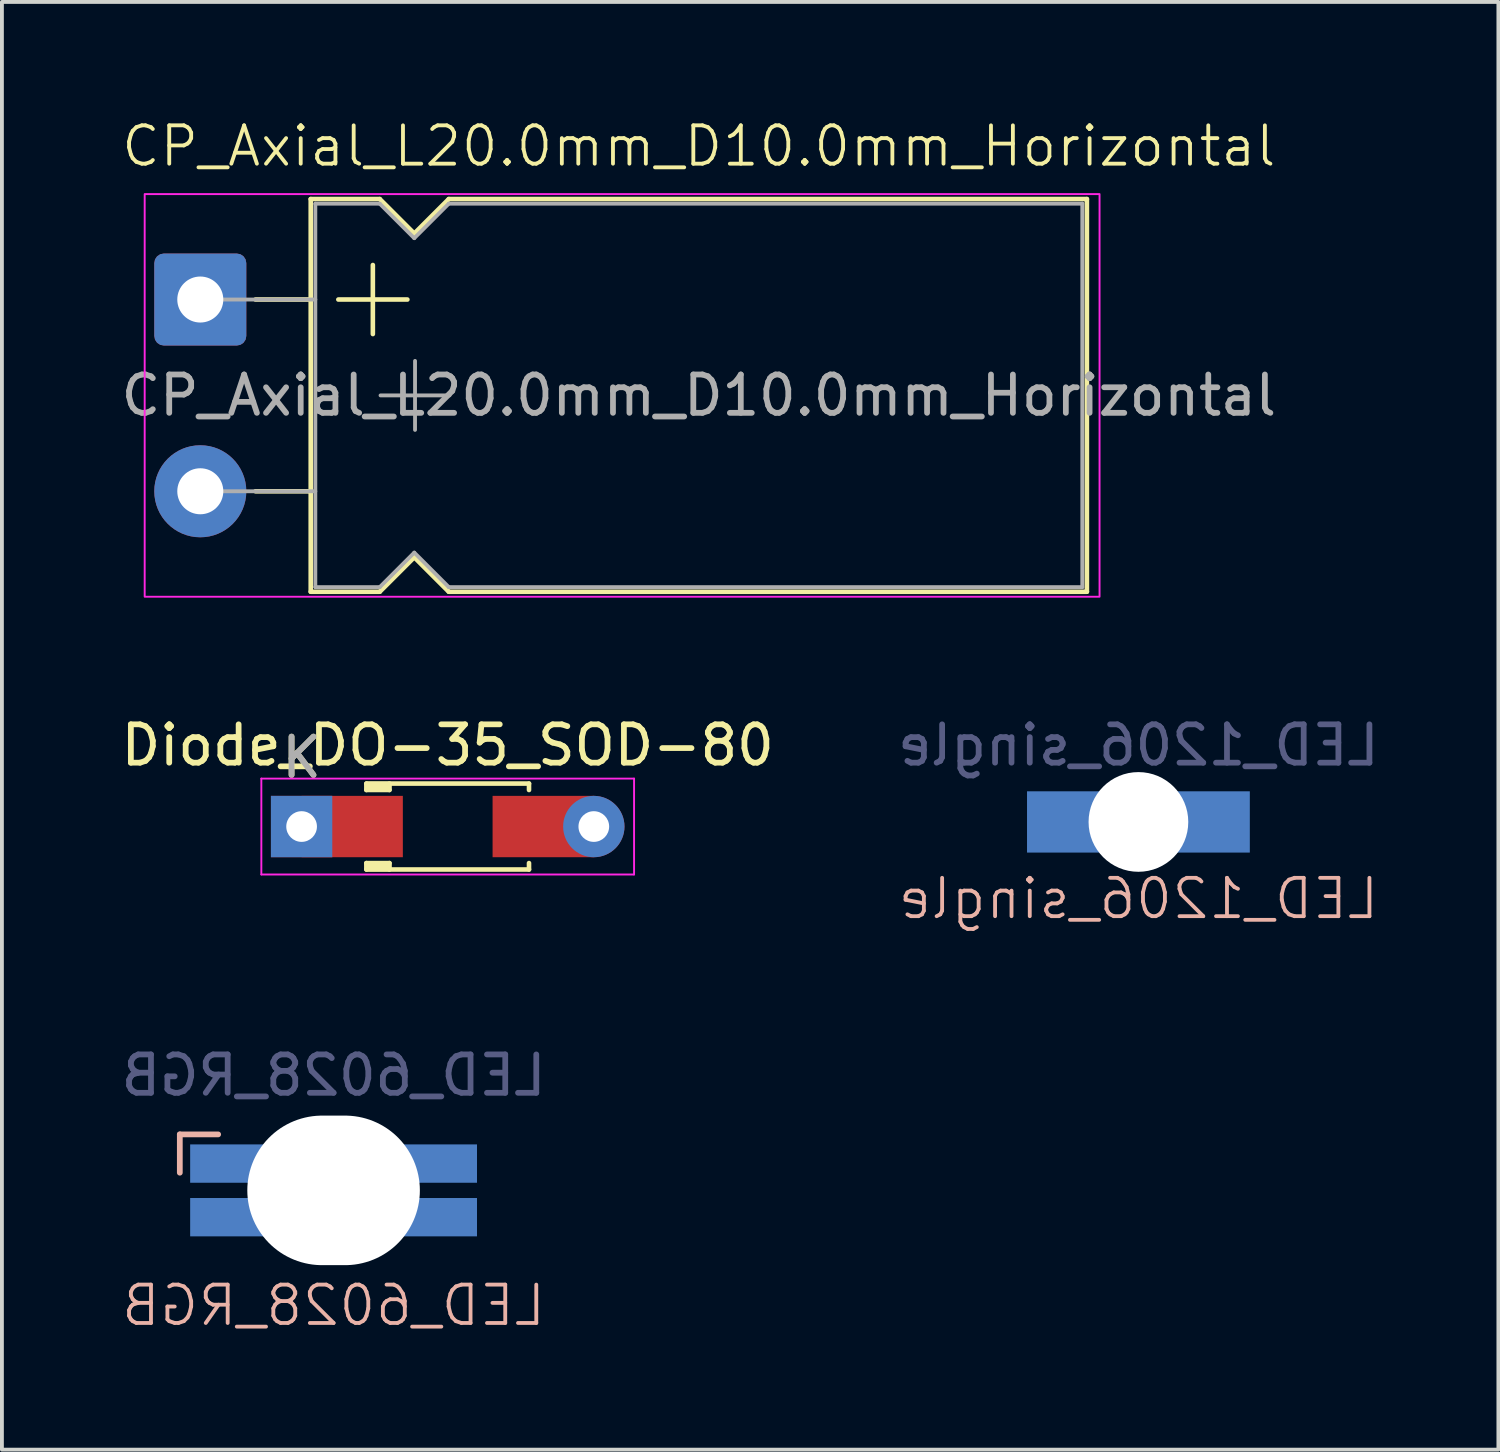
<source format=kicad_pcb>
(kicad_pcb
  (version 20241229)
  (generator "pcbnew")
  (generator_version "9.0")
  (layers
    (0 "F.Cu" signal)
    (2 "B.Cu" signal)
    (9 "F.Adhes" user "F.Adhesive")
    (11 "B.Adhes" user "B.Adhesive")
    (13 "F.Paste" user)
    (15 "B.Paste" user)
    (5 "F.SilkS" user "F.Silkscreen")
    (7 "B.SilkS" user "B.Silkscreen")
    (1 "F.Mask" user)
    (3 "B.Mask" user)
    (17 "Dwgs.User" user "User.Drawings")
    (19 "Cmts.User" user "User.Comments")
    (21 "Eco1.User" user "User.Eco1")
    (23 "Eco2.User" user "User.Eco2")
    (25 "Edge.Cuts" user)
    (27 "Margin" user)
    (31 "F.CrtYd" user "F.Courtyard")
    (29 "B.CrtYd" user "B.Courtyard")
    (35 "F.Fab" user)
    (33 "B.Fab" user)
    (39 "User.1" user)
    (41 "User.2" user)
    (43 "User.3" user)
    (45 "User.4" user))
  (footprint "CP_Axial_L20.0mm_D10.0mm_Horizontal"
    (layer "F.Cu")
    (at 2.173 7.261)
    (property "Reference" "CP_Axial_L20.0mm_D10.0mm_Horizontal" (at 13 -6.5 0) (unlocked yes) (layer "F.SilkS") (effects (font (size 1 1) (thickness 0.1))))
    (attr through_hole)
    (fp_line (start 1.44 -2.5) (end 2.88 -2.5) (stroke (width 0.12) (type solid)) (layer "F.SilkS"))
    (fp_line (start 1.44 2.5) (end 2.88 2.5) (stroke (width 0.12) (type solid)) (layer "F.SilkS"))
    (fp_line (start 2.88 -5.12) (end 2.88 5.12) (stroke (width 0.12) (type solid)) (layer "F.SilkS"))
    (fp_line (start 2.88 -5.12) (end 4.68 -5.12) (stroke (width 0.12) (type solid)) (layer "F.SilkS"))
    (fp_line (start 2.88 5.12) (end 4.68 5.12) (stroke (width 0.12) (type solid)) (layer "F.SilkS"))
    (fp_line (start 3.6 -2.5) (end 5.4 -2.5) (stroke (width 0.12) (type solid)) (layer "F.SilkS"))
    (fp_line (start 4.5 -3.4) (end 4.5 -1.6) (stroke (width 0.12) (type solid)) (layer "F.SilkS"))
    (fp_line (start 4.68 -5.12) (end 5.58 -4.22) (stroke (width 0.12) (type solid)) (layer "F.SilkS"))
    (fp_line (start 4.68 5.12) (end 5.58 4.22) (stroke (width 0.12) (type solid)) (layer "F.SilkS"))
    (fp_line (start 5.58 -4.22) (end 6.48 -5.12) (stroke (width 0.12) (type solid)) (layer "F.SilkS"))
    (fp_line (start 5.58 4.22) (end 6.48 5.12) (stroke (width 0.12) (type solid)) (layer "F.SilkS"))
    (fp_line (start 6.48 -5.12) (end 23.12 -5.12) (stroke (width 0.12) (type solid)) (layer "F.SilkS"))
    (fp_line (start 6.48 5.12) (end 23.12 5.12) (stroke (width 0.12) (type solid)) (layer "F.SilkS"))
    (fp_line (start 23.12 -5.12) (end 23.12 5.12) (stroke (width 0.12) (type solid)) (layer "F.SilkS"))
    (fp_rect (start -1.45 -5.25) (end 23.45 5.25) (stroke (width 0.05) (type solid)) (fill no) (layer "F.CrtYd"))
    (fp_line (start 0 -2.5) (end 3 -2.5) (stroke (width 0.1) (type solid)) (layer "F.Fab"))
    (fp_line (start 0 2.5) (end 3 2.5) (stroke (width 0.1) (type solid)) (layer "F.Fab"))
    (fp_line (start 3 -5) (end 3 5) (stroke (width 0.1) (type solid)) (layer "F.Fab"))
    (fp_line (start 3 -5) (end 4.68 -5) (stroke (width 0.1) (type solid)) (layer "F.Fab"))
    (fp_line (start 3 5) (end 4.68 5) (stroke (width 0.1) (type solid)) (layer "F.Fab"))
    (fp_line (start 4.68 -5) (end 5.58 -4.1) (stroke (width 0.1) (type solid)) (layer "F.Fab"))
    (fp_line (start 4.68 5) (end 5.58 4.1) (stroke (width 0.1) (type solid)) (layer "F.Fab"))
    (fp_line (start 4.7 0) (end 6.5 0) (stroke (width 0.1) (type solid)) (layer "F.Fab"))
    (fp_line (start 5.58 -4.1) (end 6.48 -5) (stroke (width 0.1) (type solid)) (layer "F.Fab"))
    (fp_line (start 5.58 4.1) (end 6.48 5) (stroke (width 0.1) (type solid)) (layer "F.Fab"))
    (fp_line (start 5.6 -0.9) (end 5.6 0.9) (stroke (width 0.1) (type solid)) (layer "F.Fab"))
    (fp_line (start 6.48 -5) (end 23 -5) (stroke (width 0.1) (type solid)) (layer "F.Fab"))
    (fp_line (start 6.48 5) (end 23 5) (stroke (width 0.1) (type solid)) (layer "F.Fab"))
    (fp_line (start 23 -5) (end 23 5) (stroke (width 0.1) (type solid)) (layer "F.Fab"))
    (fp_text user "${REFERENCE}" (at 13 0 0) (unlocked yes) (layer "F.Fab") (effects (font (size 1 1) (thickness 0.15))))
    (pad "1" thru_hole roundrect (at 0 -2.5) (size 2.4 2.4) (drill 1.2) (layers "*.Cu" "*.Mask") (roundrect_rratio 0.104))
    (pad "2" thru_hole circle (at 0 2.5) (size 2.4 2.4) (drill 1.2) (layers "*.Cu" "*.Mask")))
  (footprint "LED_6028_RGB"
    (layer "F.Cu")
    (at 5.649 27.992)
    (property "Reference" "LED_6028_RGB" (at 0 3 0) (unlocked yes) (layer "B.SilkS") (effects (font (size 1 1) (thickness 0.1)) (justify mirror)))
    (attr smd)
    (fp_line (start -4.01 -0.461) (end -4.01 -1.46) (stroke (width 0.15) (type solid)) (layer "B.SilkS"))
    (fp_line (start -3.01 -1.46) (end -4.01 -1.46) (stroke (width 0.15) (type solid)) (layer "B.SilkS"))
    (fp_text user "${REFERENCE}" (at 0 -3 0) (unlocked yes) (layer "B.Fab") (effects (font (size 1 1) (thickness 0.15)) (justify mirror)))
    (pad "" np_thru_hole oval (at 0 0 180) (size 4.5 3.9) (drill oval 4.5 3.9) (layers "*.Cu" "*.Mask"))
    (pad "A" smd rect (at -2.74 -0.699 270) (size 1 2) (layers "B.Cu" "B.Mask" "B.Paste"))
    (pad "B" smd rect (at -2.74 0.699 270) (size 1 2) (layers "B.Cu" "B.Mask" "B.Paste"))
    (pad "G" smd rect (at 2.74 0.699 270) (size 1 2) (layers "B.Cu" "B.Mask" "B.Paste"))
    (pad "R" smd rect (at 2.74 -0.699 270) (size 1 2) (layers "B.Cu" "B.Mask" "B.Paste")))
  (footprint "Diode_DO-35_SOD-80"
    (layer "F.Cu")
    (at 8.625 18.504)
    (property "Reference" "Diode_DO-35_SOD-80" (at 0 -2.12 0) (layer "F.SilkS") (effects (font (size 1 1) (thickness 0.15))))
    (attr through_hole)
    (fp_line (start -2.12 -1.12) (end -2.12 -0.953) (stroke (width 0.12) (type solid)) (layer "F.SilkS"))
    (fp_line (start -2.12 -0.953) (end -1.52 -0.953) (stroke (width 0.12) (type solid)) (layer "F.SilkS"))
    (fp_line (start -2.12 0.953) (end -2.12 1.12) (stroke (width 0.12) (type solid)) (layer "F.SilkS"))
    (fp_line (start -2.12 0.953) (end -1.52 0.953) (stroke (width 0.12) (type solid)) (layer "F.SilkS"))
    (fp_line (start -2.12 1.12) (end 2.12 1.12) (stroke (width 0.12) (type solid)) (layer "F.SilkS"))
    (fp_line (start -1.52 -1.12) (end -1.52 -0.953) (stroke (width 0.12) (type solid)) (layer "F.SilkS"))
    (fp_line (start -1.52 0.953) (end -1.52 1.12) (stroke (width 0.12) (type solid)) (layer "F.SilkS"))
    (fp_line (start 2.12 -1.12) (end -2.12 -1.12) (stroke (width 0.12) (type solid)) (layer "F.SilkS"))
    (fp_line (start 2.12 -1.12) (end 2.12 -0.953) (stroke (width 0.12) (type solid)) (layer "F.SilkS"))
    (fp_line (start 2.12 0.953) (end 2.12 1.12) (stroke (width 0.12) (type solid)) (layer "F.SilkS"))
    (fp_poly (pts (xy -1.52 -0.953) (xy -2.12 -0.953) (xy -2.12 -1.12) (xy -1.52 -1.12)) (stroke (width 0.1) (type solid)) (fill yes) (layer "F.SilkS"))
    (fp_poly (pts (xy -1.52 1.12) (xy -2.12 1.12) (xy -2.12 0.953) (xy -1.52 0.953)) (stroke (width 0.1) (type solid)) (fill yes) (layer "F.SilkS"))
    (fp_line (start -4.86 -1.25) (end -4.86 1.25) (stroke (width 0.05) (type solid)) (layer "F.CrtYd"))
    (fp_line (start -4.86 1.25) (end 4.86 1.25) (stroke (width 0.05) (type solid)) (layer "F.CrtYd"))
    (fp_line (start 4.86 -1.25) (end -4.86 -1.25) (stroke (width 0.05) (type solid)) (layer "F.CrtYd"))
    (fp_line (start 4.86 1.25) (end 4.86 -1.25) (stroke (width 0.05) (type solid)) (layer "F.CrtYd"))
    (fp_text user "K" (at -3.81 -1.8 0) (layer "F.SilkS") (effects (font (size 1 1) (thickness 0.15))))
    (fp_text user "K" (at -3.81 -1.8 0) (layer "F.Fab") (effects (font (size 1 1) (thickness 0.15))))
    (pad "1" thru_hole rect (at -3.81 0) (size 1.6 1.6) (drill 0.8) (layers "*.Cu" "*.Mask"))
    (pad "1" smd rect (at -2.49 0) (size 2.64 1.6) (layers "F.Cu" "F.Mask" "F.Paste"))
    (pad "2" smd rect (at 2.49 0) (size 2.64 1.6) (layers "F.Cu" "F.Mask" "F.Paste"))
    (pad "2" thru_hole oval (at 3.81 0) (size 1.6 1.6) (drill 0.8) (layers "*.Cu" "*.Mask")))
  (footprint "LED_1206_single"
    (layer "F.Cu")
    (at 26.637 18.384)
    (property "Reference" "LED_1206_single" (at 0 2 0) (unlocked yes) (layer "B.SilkS") (effects (font (size 1 1) (thickness 0.1)) (justify mirror)))
    (attr smd)
    (fp_text user "${REFERENCE}" (at 0 -2 0) (unlocked yes) (layer "B.Fab") (effects (font (size 1 1) (thickness 0.15)) (justify mirror)))
    (pad "" np_thru_hole circle (at 0 0 180) (size 2.6 2.6) (drill 2.6) (layers "*.Cu" "*.Mask"))
    (pad "A" smd rect (at -1.905 0 180) (size 2 1.598) (layers "B.Cu" "B.Mask" "B.Paste"))
    (pad "K" smd rect (at 1.905 0 180) (size 2 1.598) (layers "B.Cu" "B.Mask" "B.Paste")))
  (gr_rect
    (start -3 -3)
    (end 36.024 34.753)
    (stroke (width 0.1) (type default))
    (fill no)
    (layer "Edge.Cuts")))
</source>
